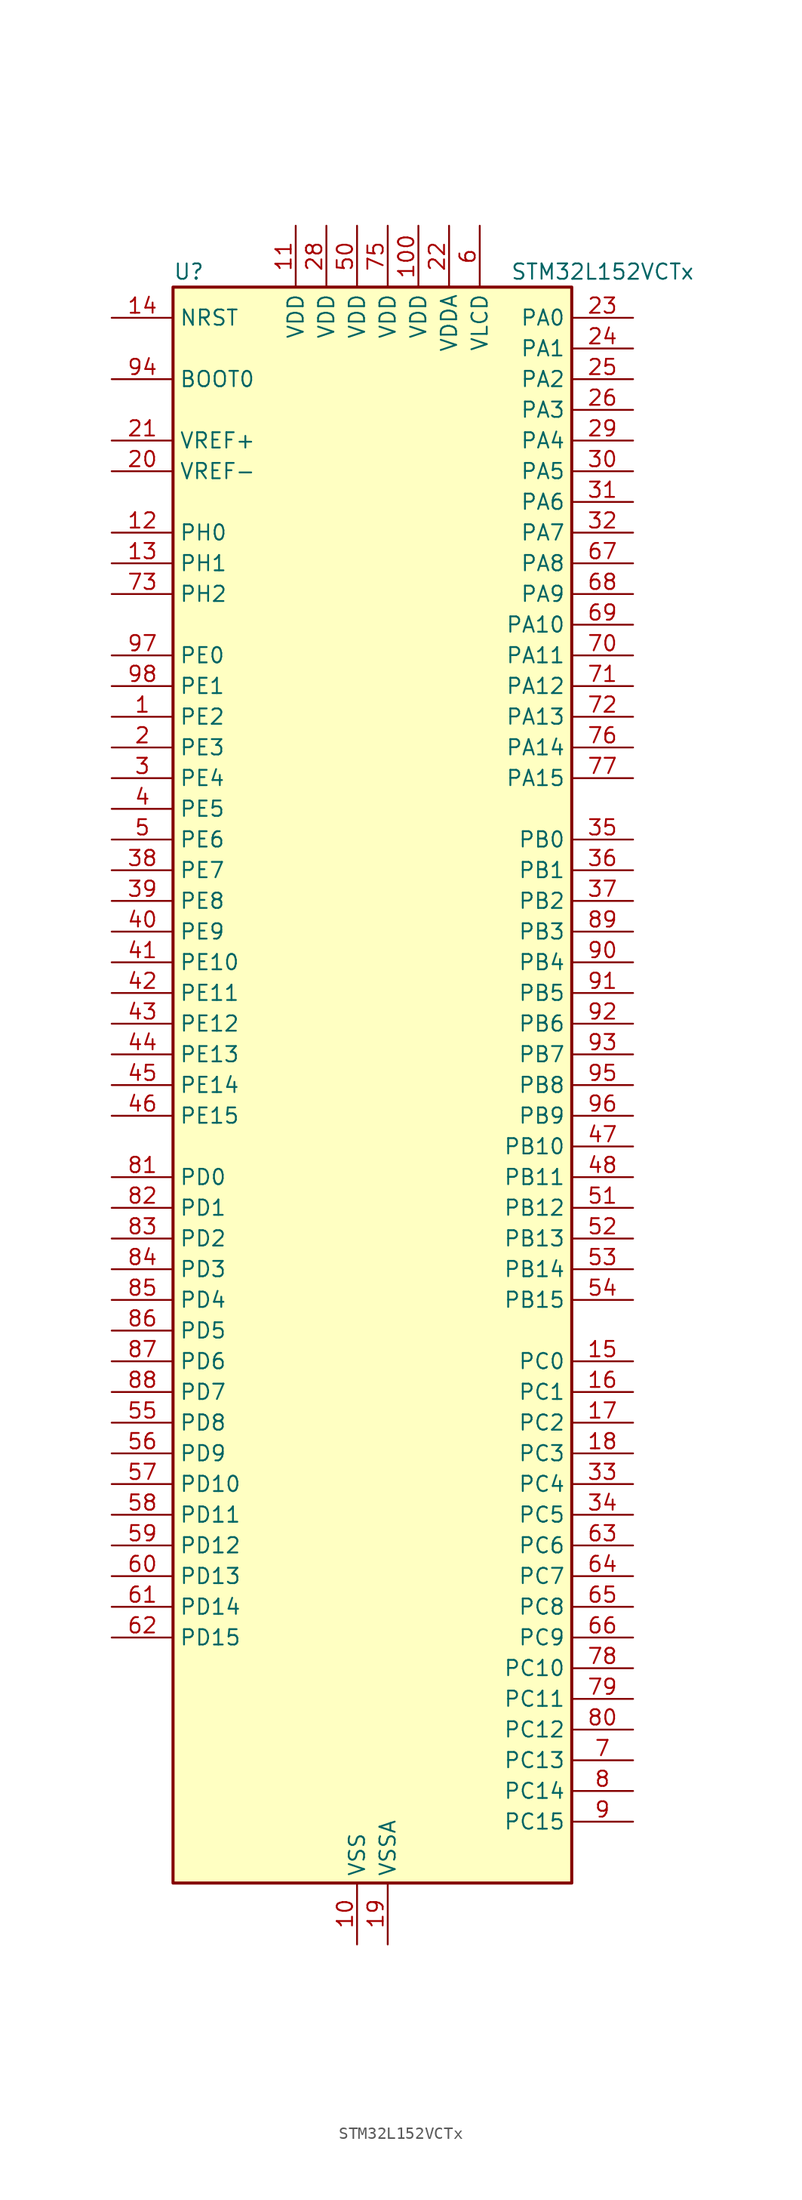
<source format=kicad_sym>
(kicad_symbol_lib
  (version 20231120)
  (generator "kicad-library-utils")
  (generator_version "8.0")
  (symbol "STM32L152VCTx"
    (property "Reference" "U"
      (at -15.24 67.31 0)
      (effects (font (size 1.27 1.27)) (justify left)))
    (property "Value" "STM32L152VCTx"
      (at 12.7 67.31 0)
      (effects (font (size 1.27 1.27)) (justify left)))
    (symbol "STM32L152VCTx_0_1"
      (rectangle (start -15.24 -66.04) (end 17.78 66.04) (stroke (width 0.254) (type default)) (fill (type background))))
    (symbol "STM32L152VCTx_1_1"
      (pin bidirectional line (at -20.32 30.48 0) (length 5.08) (name "PE2" (effects (font (size 1.27 1.27)))) (number "1" (effects (font (size 1.27 1.27)))) (alternate "LCD_SEG38" bidirectional line) (alternate "SYS_TRACECK" bidirectional line) (alternate "TIM3_ETR" bidirectional line) (alternate "TIMX_IC3" bidirectional line))
      (pin power_in line (at 0 -71.12 90) (length 5.08) (name "VSS" (effects (font (size 1.27 1.27)))) (number "10" (effects (font (size 1.27 1.27)))))
      (pin power_in line (at 5.08 71.12 270) (length 5.08) (name "VDD" (effects (font (size 1.27 1.27)))) (number "100" (effects (font (size 1.27 1.27)))))
      (pin power_in line (at -5.08 71.12 270) (length 5.08) (name "VDD" (effects (font (size 1.27 1.27)))) (number "11" (effects (font (size 1.27 1.27)))))
      (pin bidirectional line (at -20.32 45.72 0) (length 5.08) (name "PH0" (effects (font (size 1.27 1.27)))) (number "12" (effects (font (size 1.27 1.27)))) (alternate "RCC_OSC_IN" bidirectional line))
      (pin bidirectional line (at -20.32 43.18 0) (length 5.08) (name "PH1" (effects (font (size 1.27 1.27)))) (number "13" (effects (font (size 1.27 1.27)))) (alternate "RCC_OSC_OUT" bidirectional line))
      (pin input line (at -20.32 63.5 0) (length 5.08) (name "NRST" (effects (font (size 1.27 1.27)))) (number "14" (effects (font (size 1.27 1.27)))))
      (pin bidirectional line (at 22.86 -22.86 180) (length 5.08) (name "PC0" (effects (font (size 1.27 1.27)))) (number "15" (effects (font (size 1.27 1.27)))) (alternate "ADC_IN10" bidirectional line) (alternate "COMP1_INP" bidirectional line) (alternate "LCD_SEG18" bidirectional line) (alternate "TIMX_IC1" bidirectional line) (alternate "TS_G8_IO1" bidirectional line))
      (pin bidirectional line (at 22.86 -25.4 180) (length 5.08) (name "PC1" (effects (font (size 1.27 1.27)))) (number "16" (effects (font (size 1.27 1.27)))) (alternate "ADC_IN11" bidirectional line) (alternate "COMP1_INP" bidirectional line) (alternate "LCD_SEG19" bidirectional line) (alternate "TIMX_IC2" bidirectional line) (alternate "TS_G8_IO2" bidirectional line))
      (pin bidirectional line (at 22.86 -27.94 180) (length 5.08) (name "PC2" (effects (font (size 1.27 1.27)))) (number "17" (effects (font (size 1.27 1.27)))) (alternate "ADC_IN12" bidirectional line) (alternate "COMP1_INP" bidirectional line) (alternate "LCD_SEG20" bidirectional line) (alternate "TIMX_IC3" bidirectional line) (alternate "TS_G8_IO3" bidirectional line))
      (pin bidirectional line (at 22.86 -30.48 180) (length 5.08) (name "PC3" (effects (font (size 1.27 1.27)))) (number "18" (effects (font (size 1.27 1.27)))) (alternate "ADC_IN13" bidirectional line) (alternate "COMP1_INP" bidirectional line) (alternate "LCD_SEG21" bidirectional line) (alternate "TIMX_IC4" bidirectional line) (alternate "TS_G8_IO4" bidirectional line))
      (pin power_in line (at 2.54 -71.12 90) (length 5.08) (name "VSSA" (effects (font (size 1.27 1.27)))) (number "19" (effects (font (size 1.27 1.27)))))
      (pin bidirectional line (at -20.32 27.94 0) (length 5.08) (name "PE3" (effects (font (size 1.27 1.27)))) (number "2" (effects (font (size 1.27 1.27)))) (alternate "LCD_SEG39" bidirectional line) (alternate "SYS_TRACED0" bidirectional line) (alternate "TIM3_CH1" bidirectional line) (alternate "TIMX_IC4" bidirectional line))
      (pin input line (at -20.32 50.8 0) (length 5.08) (name "VREF-" (effects (font (size 1.27 1.27)))) (number "20" (effects (font (size 1.27 1.27)))))
      (pin input line (at -20.32 53.34 0) (length 5.08) (name "VREF+" (effects (font (size 1.27 1.27)))) (number "21" (effects (font (size 1.27 1.27)))))
      (pin power_in line (at 7.62 71.12 270) (length 5.08) (name "VDDA" (effects (font (size 1.27 1.27)))) (number "22" (effects (font (size 1.27 1.27)))))
      (pin bidirectional line (at 22.86 63.5 180) (length 5.08) (name "PA0" (effects (font (size 1.27 1.27)))) (number "23" (effects (font (size 1.27 1.27)))) (alternate "ADC_IN0" bidirectional line) (alternate "COMP1_INP" bidirectional line) (alternate "RTC_TAMP2" bidirectional line) (alternate "SYS_WKUP1" bidirectional line) (alternate "TIM2_CH1" bidirectional line) (alternate "TIM2_ETR" bidirectional line) (alternate "TIM5_CH1" bidirectional line) (alternate "TIMX_IC1" bidirectional line) (alternate "TS_G1_IO1" bidirectional line) (alternate "USART2_CTS" bidirectional line))
      (pin bidirectional line (at 22.86 60.96 180) (length 5.08) (name "PA1" (effects (font (size 1.27 1.27)))) (number "24" (effects (font (size 1.27 1.27)))) (alternate "ADC_IN1" bidirectional line) (alternate "COMP1_INP" bidirectional line) (alternate "LCD_SEG0" bidirectional line) (alternate "OPAMP1_VINP" bidirectional line) (alternate "TIM2_CH2" bidirectional line) (alternate "TIM5_CH2" bidirectional line) (alternate "TIMX_IC2" bidirectional line) (alternate "TS_G1_IO2" bidirectional line) (alternate "USART2_RTS" bidirectional line))
      (pin bidirectional line (at 22.86 58.42 180) (length 5.08) (name "PA2" (effects (font (size 1.27 1.27)))) (number "25" (effects (font (size 1.27 1.27)))) (alternate "ADC_IN2" bidirectional line) (alternate "COMP1_INP" bidirectional line) (alternate "LCD_SEG1" bidirectional line) (alternate "OPAMP1_VINM" bidirectional line) (alternate "TIM2_CH3" bidirectional line) (alternate "TIM5_CH3" bidirectional line) (alternate "TIM9_CH1" bidirectional line) (alternate "TIMX_IC3" bidirectional line) (alternate "TS_G1_IO3" bidirectional line) (alternate "USART2_TX" bidirectional line))
      (pin bidirectional line (at 22.86 55.88 180) (length 5.08) (name "PA3" (effects (font (size 1.27 1.27)))) (number "26" (effects (font (size 1.27 1.27)))) (alternate "ADC_IN3" bidirectional line) (alternate "COMP1_INP" bidirectional line) (alternate "LCD_SEG2" bidirectional line) (alternate "OPAMP1_VOUT" bidirectional line) (alternate "TIM2_CH4" bidirectional line) (alternate "TIM5_CH4" bidirectional line) (alternate "TIM9_CH2" bidirectional line) (alternate "TIMX_IC4" bidirectional line) (alternate "TS_G1_IO4" bidirectional line) (alternate "USART2_RX" bidirectional line))
      (pin passive line (at 0 -71.12 90) (length 5.08) hide (name "VSS" (effects (font (size 1.27 1.27)))) (number "27" (effects (font (size 1.27 1.27)))))
      (pin power_in line (at -2.54 71.12 270) (length 5.08) (name "VDD" (effects (font (size 1.27 1.27)))) (number "28" (effects (font (size 1.27 1.27)))))
      (pin bidirectional line (at 22.86 53.34 180) (length 5.08) (name "PA4" (effects (font (size 1.27 1.27)))) (number "29" (effects (font (size 1.27 1.27)))) (alternate "ADC_IN4" bidirectional line) (alternate "COMP1_INP" bidirectional line) (alternate "DAC_OUT1" bidirectional line) (alternate "I2S3_WS" bidirectional line) (alternate "SPI1_NSS" bidirectional line) (alternate "SPI3_NSS" bidirectional line) (alternate "TIMX_IC1" bidirectional line) (alternate "USART2_CK" bidirectional line))
      (pin bidirectional line (at -20.32 25.4 0) (length 5.08) (name "PE4" (effects (font (size 1.27 1.27)))) (number "3" (effects (font (size 1.27 1.27)))) (alternate "SYS_TRACED1" bidirectional line) (alternate "TIM3_CH2" bidirectional line) (alternate "TIMX_IC1" bidirectional line))
      (pin bidirectional line (at 22.86 50.8 180) (length 5.08) (name "PA5" (effects (font (size 1.27 1.27)))) (number "30" (effects (font (size 1.27 1.27)))) (alternate "ADC_IN5" bidirectional line) (alternate "COMP1_INP" bidirectional line) (alternate "DAC_OUT2" bidirectional line) (alternate "SPI1_SCK" bidirectional line) (alternate "TIM2_CH1" bidirectional line) (alternate "TIM2_ETR" bidirectional line) (alternate "TIMX_IC2" bidirectional line))
      (pin bidirectional line (at 22.86 48.26 180) (length 5.08) (name "PA6" (effects (font (size 1.27 1.27)))) (number "31" (effects (font (size 1.27 1.27)))) (alternate "ADC_IN6" bidirectional line) (alternate "COMP1_INP" bidirectional line) (alternate "LCD_SEG3" bidirectional line) (alternate "OPAMP2_VINP" bidirectional line) (alternate "SPI1_MISO" bidirectional line) (alternate "TIM10_CH1" bidirectional line) (alternate "TIM3_CH1" bidirectional line) (alternate "TIMX_IC3" bidirectional line) (alternate "TS_G2_IO1" bidirectional line))
      (pin bidirectional line (at 22.86 45.72 180) (length 5.08) (name "PA7" (effects (font (size 1.27 1.27)))) (number "32" (effects (font (size 1.27 1.27)))) (alternate "ADC_IN7" bidirectional line) (alternate "COMP1_INP" bidirectional line) (alternate "LCD_SEG4" bidirectional line) (alternate "OPAMP2_VINM" bidirectional line) (alternate "SPI1_MOSI" bidirectional line) (alternate "TIM11_CH1" bidirectional line) (alternate "TIM3_CH2" bidirectional line) (alternate "TIMX_IC4" bidirectional line) (alternate "TS_G2_IO2" bidirectional line))
      (pin bidirectional line (at 22.86 -33.02 180) (length 5.08) (name "PC4" (effects (font (size 1.27 1.27)))) (number "33" (effects (font (size 1.27 1.27)))) (alternate "ADC_IN14" bidirectional line) (alternate "COMP1_INP" bidirectional line) (alternate "LCD_SEG22" bidirectional line) (alternate "TIMX_IC1" bidirectional line) (alternate "TS_G9_IO1" bidirectional line))
      (pin bidirectional line (at 22.86 -35.56 180) (length 5.08) (name "PC5" (effects (font (size 1.27 1.27)))) (number "34" (effects (font (size 1.27 1.27)))) (alternate "ADC_IN15" bidirectional line) (alternate "COMP1_INP" bidirectional line) (alternate "LCD_SEG23" bidirectional line) (alternate "TIMX_IC2" bidirectional line) (alternate "TS_G9_IO2" bidirectional line))
      (pin bidirectional line (at 22.86 20.32 180) (length 5.08) (name "PB0" (effects (font (size 1.27 1.27)))) (number "35" (effects (font (size 1.27 1.27)))) (alternate "ADC_IN8" bidirectional line) (alternate "COMP1_INP" bidirectional line) (alternate "LCD_SEG5" bidirectional line) (alternate "OPAMP2_VOUT" bidirectional line) (alternate "SYS_V_REF_OUT" bidirectional line) (alternate "TIM3_CH3" bidirectional line) (alternate "TS_G3_IO1" bidirectional line))
      (pin bidirectional line (at 22.86 17.78 180) (length 5.08) (name "PB1" (effects (font (size 1.27 1.27)))) (number "36" (effects (font (size 1.27 1.27)))) (alternate "ADC_IN9" bidirectional line) (alternate "COMP1_INP" bidirectional line) (alternate "LCD_SEG6" bidirectional line) (alternate "SYS_V_REF_OUT" bidirectional line) (alternate "TIM3_CH4" bidirectional line) (alternate "TS_G3_IO2" bidirectional line))
      (pin bidirectional line (at 22.86 15.24 180) (length 5.08) (name "PB2" (effects (font (size 1.27 1.27)))) (number "37" (effects (font (size 1.27 1.27)))) (alternate "TS_G3_IO3" bidirectional line))
      (pin bidirectional line (at -20.32 17.78 0) (length 5.08) (name "PE7" (effects (font (size 1.27 1.27)))) (number "38" (effects (font (size 1.27 1.27)))) (alternate "ADC_IN22" bidirectional line) (alternate "COMP1_INP" bidirectional line) (alternate "TIMX_IC4" bidirectional line))
      (pin bidirectional line (at -20.32 15.24 0) (length 5.08) (name "PE8" (effects (font (size 1.27 1.27)))) (number "39" (effects (font (size 1.27 1.27)))) (alternate "ADC_IN23" bidirectional line) (alternate "COMP1_INP" bidirectional line) (alternate "TIMX_IC1" bidirectional line))
      (pin bidirectional line (at -20.32 22.86 0) (length 5.08) (name "PE5" (effects (font (size 1.27 1.27)))) (number "4" (effects (font (size 1.27 1.27)))) (alternate "SYS_TRACED2" bidirectional line) (alternate "TIM9_CH1" bidirectional line) (alternate "TIMX_IC2" bidirectional line))
      (pin bidirectional line (at -20.32 12.7 0) (length 5.08) (name "PE9" (effects (font (size 1.27 1.27)))) (number "40" (effects (font (size 1.27 1.27)))) (alternate "ADC_IN24" bidirectional line) (alternate "COMP1_INP" bidirectional line) (alternate "DAC_EXTI9" bidirectional line) (alternate "TIM2_CH1" bidirectional line) (alternate "TIM2_ETR" bidirectional line) (alternate "TIM5_ETR" bidirectional line) (alternate "TIMX_IC2" bidirectional line))
      (pin bidirectional line (at -20.32 10.16 0) (length 5.08) (name "PE10" (effects (font (size 1.27 1.27)))) (number "41" (effects (font (size 1.27 1.27)))) (alternate "ADC_IN25" bidirectional line) (alternate "COMP1_INP" bidirectional line) (alternate "TIM2_CH2" bidirectional line) (alternate "TIMX_IC3" bidirectional line))
      (pin bidirectional line (at -20.32 7.62 0) (length 5.08) (name "PE11" (effects (font (size 1.27 1.27)))) (number "42" (effects (font (size 1.27 1.27)))) (alternate "ADC_EXTI11" bidirectional line) (alternate "TIM2_CH3" bidirectional line) (alternate "TIMX_IC4" bidirectional line))
      (pin bidirectional line (at -20.32 5.08 0) (length 5.08) (name "PE12" (effects (font (size 1.27 1.27)))) (number "43" (effects (font (size 1.27 1.27)))) (alternate "SPI1_NSS" bidirectional line) (alternate "TIM2_CH4" bidirectional line) (alternate "TIMX_IC1" bidirectional line))
      (pin bidirectional line (at -20.32 2.54 0) (length 5.08) (name "PE13" (effects (font (size 1.27 1.27)))) (number "44" (effects (font (size 1.27 1.27)))) (alternate "SPI1_SCK" bidirectional line) (alternate "TIMX_IC2" bidirectional line))
      (pin bidirectional line (at -20.32 0 0) (length 5.08) (name "PE14" (effects (font (size 1.27 1.27)))) (number "45" (effects (font (size 1.27 1.27)))) (alternate "SPI1_MISO" bidirectional line) (alternate "TIMX_IC3" bidirectional line))
      (pin bidirectional line (at -20.32 -2.54 0) (length 5.08) (name "PE15" (effects (font (size 1.27 1.27)))) (number "46" (effects (font (size 1.27 1.27)))) (alternate "ADC_EXTI15" bidirectional line) (alternate "SPI1_MOSI" bidirectional line) (alternate "TIMX_IC4" bidirectional line))
      (pin bidirectional line (at 22.86 -5.08 180) (length 5.08) (name "PB10" (effects (font (size 1.27 1.27)))) (number "47" (effects (font (size 1.27 1.27)))) (alternate "I2C2_SCL" bidirectional line) (alternate "LCD_SEG10" bidirectional line) (alternate "TIM2_CH3" bidirectional line) (alternate "USART3_TX" bidirectional line))
      (pin bidirectional line (at 22.86 -7.62 180) (length 5.08) (name "PB11" (effects (font (size 1.27 1.27)))) (number "48" (effects (font (size 1.27 1.27)))) (alternate "ADC_EXTI11" bidirectional line) (alternate "I2C2_SDA" bidirectional line) (alternate "LCD_SEG11" bidirectional line) (alternate "TIM2_CH4" bidirectional line) (alternate "USART3_RX" bidirectional line))
      (pin passive line (at 0 -71.12 90) (length 5.08) hide (name "VSS" (effects (font (size 1.27 1.27)))) (number "49" (effects (font (size 1.27 1.27)))))
      (pin bidirectional line (at -20.32 20.32 0) (length 5.08) (name "PE6" (effects (font (size 1.27 1.27)))) (number "5" (effects (font (size 1.27 1.27)))) (alternate "RTC_TAMP3" bidirectional line) (alternate "SYS_TRACED3" bidirectional line) (alternate "SYS_WKUP3" bidirectional line) (alternate "TIM9_CH2" bidirectional line) (alternate "TIMX_IC3" bidirectional line))
      (pin power_in line (at 0 71.12 270) (length 5.08) (name "VDD" (effects (font (size 1.27 1.27)))) (number "50" (effects (font (size 1.27 1.27)))))
      (pin bidirectional line (at 22.86 -10.16 180) (length 5.08) (name "PB12" (effects (font (size 1.27 1.27)))) (number "51" (effects (font (size 1.27 1.27)))) (alternate "ADC_IN18" bidirectional line) (alternate "COMP1_INP" bidirectional line) (alternate "I2C2_SMBA" bidirectional line) (alternate "I2S2_WS" bidirectional line) (alternate "LCD_SEG12" bidirectional line) (alternate "SPI2_NSS" bidirectional line) (alternate "TIM10_CH1" bidirectional line) (alternate "TS_G7_IO1" bidirectional line) (alternate "USART3_CK" bidirectional line))
      (pin bidirectional line (at 22.86 -12.7 180) (length 5.08) (name "PB13" (effects (font (size 1.27 1.27)))) (number "52" (effects (font (size 1.27 1.27)))) (alternate "ADC_IN19" bidirectional line) (alternate "COMP1_INP" bidirectional line) (alternate "I2S2_CK" bidirectional line) (alternate "LCD_SEG13" bidirectional line) (alternate "SPI2_SCK" bidirectional line) (alternate "TIM9_CH1" bidirectional line) (alternate "TS_G7_IO2" bidirectional line) (alternate "USART3_CTS" bidirectional line))
      (pin bidirectional line (at 22.86 -15.24 180) (length 5.08) (name "PB14" (effects (font (size 1.27 1.27)))) (number "53" (effects (font (size 1.27 1.27)))) (alternate "ADC_IN20" bidirectional line) (alternate "COMP1_INP" bidirectional line) (alternate "LCD_SEG14" bidirectional line) (alternate "SPI2_MISO" bidirectional line) (alternate "TIM9_CH2" bidirectional line) (alternate "TS_G7_IO3" bidirectional line) (alternate "USART3_RTS" bidirectional line))
      (pin bidirectional line (at 22.86 -17.78 180) (length 5.08) (name "PB15" (effects (font (size 1.27 1.27)))) (number "54" (effects (font (size 1.27 1.27)))) (alternate "ADC_EXTI15" bidirectional line) (alternate "ADC_IN21" bidirectional line) (alternate "COMP1_INP" bidirectional line) (alternate "I2S2_SD" bidirectional line) (alternate "LCD_SEG15" bidirectional line) (alternate "RTC_REFIN" bidirectional line) (alternate "SPI2_MOSI" bidirectional line) (alternate "TIM11_CH1" bidirectional line) (alternate "TS_G7_IO4" bidirectional line))
      (pin bidirectional line (at -20.32 -27.94 0) (length 5.08) (name "PD8" (effects (font (size 1.27 1.27)))) (number "55" (effects (font (size 1.27 1.27)))) (alternate "LCD_SEG28" bidirectional line) (alternate "TIMX_IC1" bidirectional line) (alternate "USART3_TX" bidirectional line))
      (pin bidirectional line (at -20.32 -30.48 0) (length 5.08) (name "PD9" (effects (font (size 1.27 1.27)))) (number "56" (effects (font (size 1.27 1.27)))) (alternate "DAC_EXTI9" bidirectional line) (alternate "LCD_SEG29" bidirectional line) (alternate "TIMX_IC2" bidirectional line) (alternate "USART3_RX" bidirectional line))
      (pin bidirectional line (at -20.32 -33.02 0) (length 5.08) (name "PD10" (effects (font (size 1.27 1.27)))) (number "57" (effects (font (size 1.27 1.27)))) (alternate "LCD_SEG30" bidirectional line) (alternate "TIMX_IC3" bidirectional line) (alternate "USART3_CK" bidirectional line))
      (pin bidirectional line (at -20.32 -35.56 0) (length 5.08) (name "PD11" (effects (font (size 1.27 1.27)))) (number "58" (effects (font (size 1.27 1.27)))) (alternate "ADC_EXTI11" bidirectional line) (alternate "LCD_SEG31" bidirectional line) (alternate "TIMX_IC4" bidirectional line) (alternate "USART3_CTS" bidirectional line))
      (pin bidirectional line (at -20.32 -38.1 0) (length 5.08) (name "PD12" (effects (font (size 1.27 1.27)))) (number "59" (effects (font (size 1.27 1.27)))) (alternate "LCD_SEG32" bidirectional line) (alternate "TIM4_CH1" bidirectional line) (alternate "TIMX_IC1" bidirectional line) (alternate "USART3_RTS" bidirectional line))
      (pin power_in line (at 10.16 71.12 270) (length 5.08) (name "VLCD" (effects (font (size 1.27 1.27)))) (number "6" (effects (font (size 1.27 1.27)))))
      (pin bidirectional line (at -20.32 -40.64 0) (length 5.08) (name "PD13" (effects (font (size 1.27 1.27)))) (number "60" (effects (font (size 1.27 1.27)))) (alternate "LCD_SEG33" bidirectional line) (alternate "TIM4_CH2" bidirectional line) (alternate "TIMX_IC2" bidirectional line))
      (pin bidirectional line (at -20.32 -43.18 0) (length 5.08) (name "PD14" (effects (font (size 1.27 1.27)))) (number "61" (effects (font (size 1.27 1.27)))) (alternate "LCD_SEG34" bidirectional line) (alternate "TIM4_CH3" bidirectional line) (alternate "TIMX_IC3" bidirectional line))
      (pin bidirectional line (at -20.32 -45.72 0) (length 5.08) (name "PD15" (effects (font (size 1.27 1.27)))) (number "62" (effects (font (size 1.27 1.27)))) (alternate "ADC_EXTI15" bidirectional line) (alternate "LCD_SEG35" bidirectional line) (alternate "TIM4_CH4" bidirectional line) (alternate "TIMX_IC4" bidirectional line))
      (pin bidirectional line (at 22.86 -38.1 180) (length 5.08) (name "PC6" (effects (font (size 1.27 1.27)))) (number "63" (effects (font (size 1.27 1.27)))) (alternate "I2S2_MCK" bidirectional line) (alternate "LCD_SEG24" bidirectional line) (alternate "TIM3_CH1" bidirectional line) (alternate "TIMX_IC3" bidirectional line) (alternate "TS_G10_IO1" bidirectional line))
      (pin bidirectional line (at 22.86 -40.64 180) (length 5.08) (name "PC7" (effects (font (size 1.27 1.27)))) (number "64" (effects (font (size 1.27 1.27)))) (alternate "I2S3_MCK" bidirectional line) (alternate "LCD_SEG25" bidirectional line) (alternate "TIM3_CH2" bidirectional line) (alternate "TIMX_IC4" bidirectional line) (alternate "TS_G10_IO2" bidirectional line))
      (pin bidirectional line (at 22.86 -43.18 180) (length 5.08) (name "PC8" (effects (font (size 1.27 1.27)))) (number "65" (effects (font (size 1.27 1.27)))) (alternate "LCD_SEG26" bidirectional line) (alternate "TIM3_CH3" bidirectional line) (alternate "TIMX_IC1" bidirectional line) (alternate "TS_G10_IO3" bidirectional line))
      (pin bidirectional line (at 22.86 -45.72 180) (length 5.08) (name "PC9" (effects (font (size 1.27 1.27)))) (number "66" (effects (font (size 1.27 1.27)))) (alternate "DAC_EXTI9" bidirectional line) (alternate "LCD_SEG27" bidirectional line) (alternate "TIM3_CH4" bidirectional line) (alternate "TIMX_IC2" bidirectional line) (alternate "TS_G10_IO4" bidirectional line))
      (pin bidirectional line (at 22.86 43.18 180) (length 5.08) (name "PA8" (effects (font (size 1.27 1.27)))) (number "67" (effects (font (size 1.27 1.27)))) (alternate "LCD_COM0" bidirectional line) (alternate "RCC_MCO" bidirectional line) (alternate "TIMX_IC1" bidirectional line) (alternate "TS_G4_IO1" bidirectional line) (alternate "USART1_CK" bidirectional line))
      (pin bidirectional line (at 22.86 40.64 180) (length 5.08) (name "PA9" (effects (font (size 1.27 1.27)))) (number "68" (effects (font (size 1.27 1.27)))) (alternate "DAC_EXTI9" bidirectional line) (alternate "LCD_COM1" bidirectional line) (alternate "TIMX_IC2" bidirectional line) (alternate "TS_G4_IO2" bidirectional line) (alternate "USART1_TX" bidirectional line))
      (pin bidirectional line (at 22.86 38.1 180) (length 5.08) (name "PA10" (effects (font (size 1.27 1.27)))) (number "69" (effects (font (size 1.27 1.27)))) (alternate "LCD_COM2" bidirectional line) (alternate "TIMX_IC3" bidirectional line) (alternate "TS_G4_IO3" bidirectional line) (alternate "USART1_RX" bidirectional line))
      (pin bidirectional line (at 22.86 -55.88 180) (length 5.08) (name "PC13" (effects (font (size 1.27 1.27)))) (number "7" (effects (font (size 1.27 1.27)))) (alternate "RTC_OUT_ALARM" bidirectional line) (alternate "RTC_OUT_CALIB" bidirectional line) (alternate "RTC_TAMP1" bidirectional line) (alternate "RTC_TS" bidirectional line) (alternate "SYS_WKUP2" bidirectional line) (alternate "TIMX_IC2" bidirectional line))
      (pin bidirectional line (at 22.86 35.56 180) (length 5.08) (name "PA11" (effects (font (size 1.27 1.27)))) (number "70" (effects (font (size 1.27 1.27)))) (alternate "ADC_EXTI11" bidirectional line) (alternate "SPI1_MISO" bidirectional line) (alternate "TIMX_IC4" bidirectional line) (alternate "USART1_CTS" bidirectional line) (alternate "USB_DM" bidirectional line))
      (pin bidirectional line (at 22.86 33.02 180) (length 5.08) (name "PA12" (effects (font (size 1.27 1.27)))) (number "71" (effects (font (size 1.27 1.27)))) (alternate "SPI1_MOSI" bidirectional line) (alternate "TIMX_IC1" bidirectional line) (alternate "USART1_RTS" bidirectional line) (alternate "USB_DP" bidirectional line))
      (pin bidirectional line (at 22.86 30.48 180) (length 5.08) (name "PA13" (effects (font (size 1.27 1.27)))) (number "72" (effects (font (size 1.27 1.27)))) (alternate "SYS_JTMS-SWDIO" bidirectional line) (alternate "TIMX_IC2" bidirectional line) (alternate "TS_G5_IO1" bidirectional line))
      (pin bidirectional line (at -20.32 40.64 0) (length 5.08) (name "PH2" (effects (font (size 1.27 1.27)))) (number "73" (effects (font (size 1.27 1.27)))))
      (pin passive line (at 0 -71.12 90) (length 5.08) hide (name "VSS" (effects (font (size 1.27 1.27)))) (number "74" (effects (font (size 1.27 1.27)))))
      (pin power_in line (at 2.54 71.12 270) (length 5.08) (name "VDD" (effects (font (size 1.27 1.27)))) (number "75" (effects (font (size 1.27 1.27)))))
      (pin bidirectional line (at 22.86 27.94 180) (length 5.08) (name "PA14" (effects (font (size 1.27 1.27)))) (number "76" (effects (font (size 1.27 1.27)))) (alternate "SYS_JTCK-SWCLK" bidirectional line) (alternate "TIMX_IC3" bidirectional line) (alternate "TS_G5_IO2" bidirectional line))
      (pin bidirectional line (at 22.86 25.4 180) (length 5.08) (name "PA15" (effects (font (size 1.27 1.27)))) (number "77" (effects (font (size 1.27 1.27)))) (alternate "ADC_EXTI15" bidirectional line) (alternate "I2S3_WS" bidirectional line) (alternate "LCD_SEG17" bidirectional line) (alternate "SPI1_NSS" bidirectional line) (alternate "SPI3_NSS" bidirectional line) (alternate "SYS_JTDI" bidirectional line) (alternate "TIM2_CH1" bidirectional line) (alternate "TIM2_ETR" bidirectional line) (alternate "TIMX_IC4" bidirectional line) (alternate "TS_G5_IO3" bidirectional line))
      (pin bidirectional line (at 22.86 -48.26 180) (length 5.08) (name "PC10" (effects (font (size 1.27 1.27)))) (number "78" (effects (font (size 1.27 1.27)))) (alternate "I2S3_CK" bidirectional line) (alternate "LCD_COM4" bidirectional line) (alternate "LCD_SEG28" bidirectional line) (alternate "LCD_SEG40" bidirectional line) (alternate "SPI3_SCK" bidirectional line) (alternate "TIMX_IC3" bidirectional line) (alternate "USART3_TX" bidirectional line))
      (pin bidirectional line (at 22.86 -50.8 180) (length 5.08) (name "PC11" (effects (font (size 1.27 1.27)))) (number "79" (effects (font (size 1.27 1.27)))) (alternate "ADC_EXTI11" bidirectional line) (alternate "LCD_COM5" bidirectional line) (alternate "LCD_SEG29" bidirectional line) (alternate "LCD_SEG41" bidirectional line) (alternate "SPI3_MISO" bidirectional line) (alternate "TIMX_IC4" bidirectional line) (alternate "USART3_RX" bidirectional line))
      (pin bidirectional line (at 22.86 -58.42 180) (length 5.08) (name "PC14" (effects (font (size 1.27 1.27)))) (number "8" (effects (font (size 1.27 1.27)))) (alternate "RCC_OSC32_IN" bidirectional line) (alternate "TIMX_IC3" bidirectional line))
      (pin bidirectional line (at 22.86 -53.34 180) (length 5.08) (name "PC12" (effects (font (size 1.27 1.27)))) (number "80" (effects (font (size 1.27 1.27)))) (alternate "I2S3_SD" bidirectional line) (alternate "LCD_COM6" bidirectional line) (alternate "LCD_SEG30" bidirectional line) (alternate "LCD_SEG42" bidirectional line) (alternate "SPI3_MOSI" bidirectional line) (alternate "TIMX_IC1" bidirectional line) (alternate "USART3_CK" bidirectional line))
      (pin bidirectional line (at -20.32 -7.62 0) (length 5.08) (name "PD0" (effects (font (size 1.27 1.27)))) (number "81" (effects (font (size 1.27 1.27)))) (alternate "I2S2_WS" bidirectional line) (alternate "SPI2_NSS" bidirectional line) (alternate "TIM9_CH1" bidirectional line) (alternate "TIMX_IC1" bidirectional line))
      (pin bidirectional line (at -20.32 -10.16 0) (length 5.08) (name "PD1" (effects (font (size 1.27 1.27)))) (number "82" (effects (font (size 1.27 1.27)))) (alternate "I2S2_CK" bidirectional line) (alternate "SPI2_SCK" bidirectional line) (alternate "TIMX_IC2" bidirectional line))
      (pin bidirectional line (at -20.32 -12.7 0) (length 5.08) (name "PD2" (effects (font (size 1.27 1.27)))) (number "83" (effects (font (size 1.27 1.27)))) (alternate "LCD_COM7" bidirectional line) (alternate "LCD_SEG31" bidirectional line) (alternate "LCD_SEG43" bidirectional line) (alternate "TIM3_ETR" bidirectional line) (alternate "TIMX_IC3" bidirectional line))
      (pin bidirectional line (at -20.32 -15.24 0) (length 5.08) (name "PD3" (effects (font (size 1.27 1.27)))) (number "84" (effects (font (size 1.27 1.27)))) (alternate "SPI2_MISO" bidirectional line) (alternate "TIMX_IC4" bidirectional line) (alternate "USART2_CTS" bidirectional line))
      (pin bidirectional line (at -20.32 -17.78 0) (length 5.08) (name "PD4" (effects (font (size 1.27 1.27)))) (number "85" (effects (font (size 1.27 1.27)))) (alternate "I2S2_SD" bidirectional line) (alternate "SPI2_MOSI" bidirectional line) (alternate "TIMX_IC1" bidirectional line) (alternate "USART2_RTS" bidirectional line))
      (pin bidirectional line (at -20.32 -20.32 0) (length 5.08) (name "PD5" (effects (font (size 1.27 1.27)))) (number "86" (effects (font (size 1.27 1.27)))) (alternate "TIMX_IC2" bidirectional line) (alternate "USART2_TX" bidirectional line))
      (pin bidirectional line (at -20.32 -22.86 0) (length 5.08) (name "PD6" (effects (font (size 1.27 1.27)))) (number "87" (effects (font (size 1.27 1.27)))) (alternate "TIMX_IC3" bidirectional line) (alternate "USART2_RX" bidirectional line))
      (pin bidirectional line (at -20.32 -25.4 0) (length 5.08) (name "PD7" (effects (font (size 1.27 1.27)))) (number "88" (effects (font (size 1.27 1.27)))) (alternate "TIM9_CH2" bidirectional line) (alternate "TIMX_IC4" bidirectional line) (alternate "USART2_CK" bidirectional line))
      (pin bidirectional line (at 22.86 12.7 180) (length 5.08) (name "PB3" (effects (font (size 1.27 1.27)))) (number "89" (effects (font (size 1.27 1.27)))) (alternate "COMP2_INM" bidirectional line) (alternate "I2S3_CK" bidirectional line) (alternate "LCD_SEG7" bidirectional line) (alternate "SPI1_SCK" bidirectional line) (alternate "SPI3_SCK" bidirectional line) (alternate "SYS_JTDO-TRACESWO" bidirectional line) (alternate "TIM2_CH2" bidirectional line))
      (pin bidirectional line (at 22.86 -60.96 180) (length 5.08) (name "PC15" (effects (font (size 1.27 1.27)))) (number "9" (effects (font (size 1.27 1.27)))) (alternate "ADC_EXTI15" bidirectional line) (alternate "RCC_OSC32_OUT" bidirectional line) (alternate "TIMX_IC4" bidirectional line))
      (pin bidirectional line (at 22.86 10.16 180) (length 5.08) (name "PB4" (effects (font (size 1.27 1.27)))) (number "90" (effects (font (size 1.27 1.27)))) (alternate "COMP2_INP" bidirectional line) (alternate "LCD_SEG8" bidirectional line) (alternate "SPI1_MISO" bidirectional line) (alternate "SPI3_MISO" bidirectional line) (alternate "SYS_JTRST" bidirectional line) (alternate "TIM3_CH1" bidirectional line) (alternate "TS_G6_IO1" bidirectional line))
      (pin bidirectional line (at 22.86 7.62 180) (length 5.08) (name "PB5" (effects (font (size 1.27 1.27)))) (number "91" (effects (font (size 1.27 1.27)))) (alternate "COMP2_INP" bidirectional line) (alternate "I2C1_SMBA" bidirectional line) (alternate "I2S3_SD" bidirectional line) (alternate "LCD_SEG9" bidirectional line) (alternate "SPI1_MOSI" bidirectional line) (alternate "SPI3_MOSI" bidirectional line) (alternate "TIM3_CH2" bidirectional line) (alternate "TS_G6_IO2" bidirectional line))
      (pin bidirectional line (at 22.86 5.08 180) (length 5.08) (name "PB6" (effects (font (size 1.27 1.27)))) (number "92" (effects (font (size 1.27 1.27)))) (alternate "COMP2_INP" bidirectional line) (alternate "I2C1_SCL" bidirectional line) (alternate "TIM4_CH1" bidirectional line) (alternate "TS_G6_IO3" bidirectional line) (alternate "USART1_TX" bidirectional line))
      (pin bidirectional line (at 22.86 2.54 180) (length 5.08) (name "PB7" (effects (font (size 1.27 1.27)))) (number "93" (effects (font (size 1.27 1.27)))) (alternate "COMP2_INP" bidirectional line) (alternate "I2C1_SDA" bidirectional line) (alternate "SYS_PVD_IN" bidirectional line) (alternate "TIM4_CH2" bidirectional line) (alternate "TS_G6_IO4" bidirectional line) (alternate "USART1_RX" bidirectional line))
      (pin input line (at -20.32 58.42 0) (length 5.08) (name "BOOT0" (effects (font (size 1.27 1.27)))) (number "94" (effects (font (size 1.27 1.27)))))
      (pin bidirectional line (at 22.86 0 180) (length 5.08) (name "PB8" (effects (font (size 1.27 1.27)))) (number "95" (effects (font (size 1.27 1.27)))) (alternate "I2C1_SCL" bidirectional line) (alternate "LCD_SEG16" bidirectional line) (alternate "TIM10_CH1" bidirectional line) (alternate "TIM4_CH3" bidirectional line))
      (pin bidirectional line (at 22.86 -2.54 180) (length 5.08) (name "PB9" (effects (font (size 1.27 1.27)))) (number "96" (effects (font (size 1.27 1.27)))) (alternate "DAC_EXTI9" bidirectional line) (alternate "I2C1_SDA" bidirectional line) (alternate "LCD_COM3" bidirectional line) (alternate "TIM11_CH1" bidirectional line) (alternate "TIM4_CH4" bidirectional line))
      (pin bidirectional line (at -20.32 35.56 0) (length 5.08) (name "PE0" (effects (font (size 1.27 1.27)))) (number "97" (effects (font (size 1.27 1.27)))) (alternate "LCD_SEG36" bidirectional line) (alternate "TIM10_CH1" bidirectional line) (alternate "TIM4_ETR" bidirectional line) (alternate "TIMX_IC1" bidirectional line))
      (pin bidirectional line (at -20.32 33.02 0) (length 5.08) (name "PE1" (effects (font (size 1.27 1.27)))) (number "98" (effects (font (size 1.27 1.27)))) (alternate "LCD_SEG37" bidirectional line) (alternate "TIM11_CH1" bidirectional line) (alternate "TIMX_IC2" bidirectional line))
      (pin passive line (at 0 -71.12 90) (length 5.08) hide (name "VSS" (effects (font (size 1.27 1.27)))) (number "99" (effects (font (size 1.27 1.27))))))))
</source>
